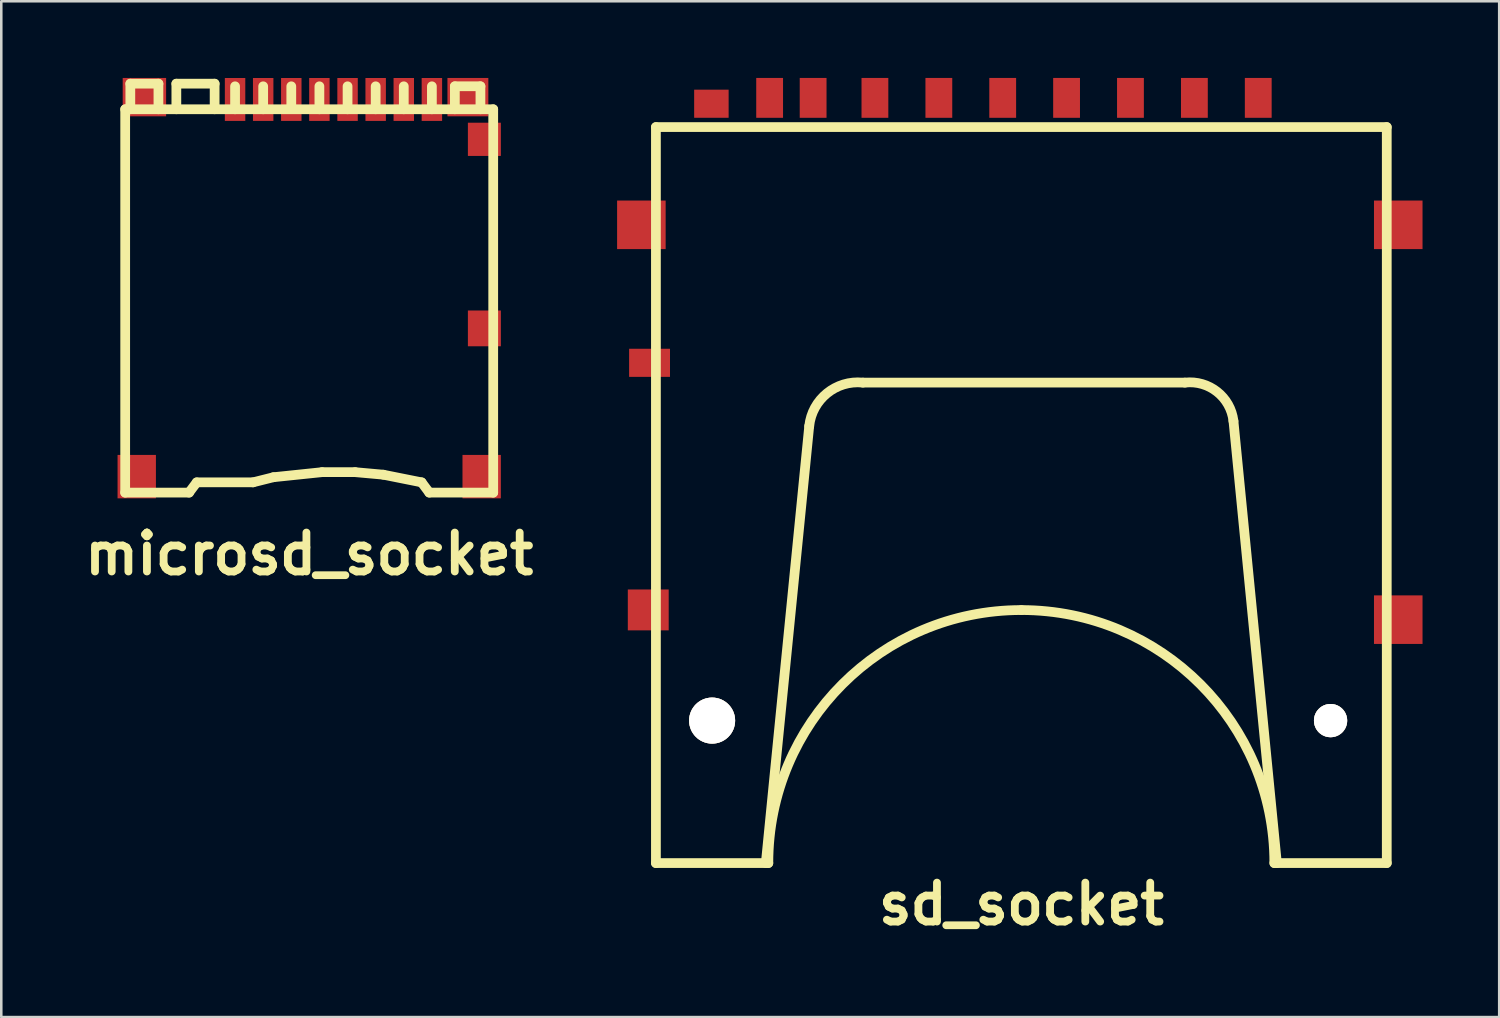
<source format=kicad_pcb>
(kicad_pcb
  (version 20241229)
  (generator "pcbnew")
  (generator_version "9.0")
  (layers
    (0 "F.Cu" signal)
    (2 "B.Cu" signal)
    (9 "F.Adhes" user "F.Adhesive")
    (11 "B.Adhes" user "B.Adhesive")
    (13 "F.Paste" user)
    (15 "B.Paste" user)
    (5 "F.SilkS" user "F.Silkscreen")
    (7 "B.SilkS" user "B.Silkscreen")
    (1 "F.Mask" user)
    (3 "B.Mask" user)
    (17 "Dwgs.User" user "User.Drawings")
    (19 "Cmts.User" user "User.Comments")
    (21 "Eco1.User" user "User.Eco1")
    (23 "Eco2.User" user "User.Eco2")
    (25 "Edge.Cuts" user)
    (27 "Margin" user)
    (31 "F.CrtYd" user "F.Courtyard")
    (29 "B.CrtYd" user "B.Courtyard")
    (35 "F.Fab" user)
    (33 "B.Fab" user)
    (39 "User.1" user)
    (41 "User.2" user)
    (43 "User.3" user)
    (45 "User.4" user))
  (footprint "sd_socket"
    (layer "F.Cu")
    (at 36.918 15.324)
    (property "Reference" "sd_socket" (at 0 17 0) (layer "F.SilkS") (effects (font (size 1.524 1.524) (thickness 0.305))))
    (attr smd)
    (fp_line (start -14.3 -13.401) (end 14.3 -13.401) (stroke (width 0.381) (type solid)) (layer "F.SilkS"))
    (fp_line (start -14.3 15.4) (end -14.3 -13.401) (stroke (width 0.381) (type solid)) (layer "F.SilkS"))
    (fp_line (start -9.901 15.4) (end -14.3 15.4) (stroke (width 0.381) (type solid)) (layer "F.SilkS"))
    (fp_line (start -8.301 -1.699) (end -10 15.4) (stroke (width 0.381) (type solid)) (layer "F.SilkS"))
    (fp_line (start 6.401 -3.401) (end -6.2 -3.401) (stroke (width 0.381) (type solid)) (layer "F.SilkS"))
    (fp_line (start 8.301 -1.9) (end 10 15.4) (stroke (width 0.381) (type solid)) (layer "F.SilkS"))
    (fp_line (start 14.3 -13.401) (end 14.3 15.4) (stroke (width 0.381) (type solid)) (layer "F.SilkS"))
    (fp_line (start 14.3 15.4) (end 9.901 15.4) (stroke (width 0.381) (type solid)) (layer "F.SilkS"))
    (fp_arc (start -9.90092 15.40002) (mid -7.001008 8.399012) (end 0 5.4991) (stroke (width 0.381) (type solid)) (layer "F.SilkS"))
    (fp_arc (start -8.30072 -1.69926) (mid -7.604154 -2.984678) (end -6.20268 -3.40106) (stroke (width 0.381) (type solid)) (layer "F.SilkS"))
    (fp_arc (start 0 5.4991) (mid 7.001008 8.399012) (end 9.90092 15.40002) (stroke (width 0.381) (type solid)) (layer "F.SilkS"))
    (fp_arc (start 6.4008 -3.40106) (mid 7.662182 -3.042706) (end 8.30072 -1.89738) (stroke (width 0.381) (type solid)) (layer "F.SilkS"))
    (pad "" smd rect (at -14.869 -9.576) (size 1.9 1.9) (layers "F.Cu" "F.Mask" "F.Paste"))
    (pad "" thru_hole circle (at -12.101 9.825) (size 1.801 1.801) (drill 1.801) (layers "*.Cu" "*.Mask" "F.SilkS"))
    (pad "" thru_hole circle (at 12.101 9.825) (size 1.3 1.3) (drill 1.3) (layers "*.Cu" "*.Mask" "F.SilkS"))
    (pad "" smd rect (at 14.75 -9.576) (size 1.9 1.9) (layers "F.Cu" "F.Mask" "F.Paste"))
    (pad "" smd rect (at 14.75 5.875) (size 1.9 1.9) (layers "F.Cu" "F.Mask" "F.Paste"))
    (pad "1" smd rect (at 6.772 -14.544) (size 1.049 1.56) (layers "F.Cu" "F.Mask" "F.Paste"))
    (pad "2" smd rect (at 4.27 -14.544) (size 1.049 1.56) (layers "F.Cu" "F.Mask" "F.Paste"))
    (pad "3" smd rect (at 1.77 -14.544) (size 1.049 1.56) (layers "F.Cu" "F.Mask" "F.Paste"))
    (pad "4" smd rect (at -0.729 -14.544) (size 1.049 1.56) (layers "F.Cu" "F.Mask" "F.Paste"))
    (pad "5" smd rect (at -3.228 -14.544) (size 1.049 1.56) (layers "F.Cu" "F.Mask" "F.Paste"))
    (pad "6" smd rect (at -5.73 -14.544) (size 1.049 1.56) (layers "F.Cu" "F.Mask" "F.Paste"))
    (pad "7" smd rect (at -8.148 -14.544) (size 1.049 1.56) (layers "F.Cu" "F.Mask" "F.Paste"))
    (pad "8" smd rect (at -9.85 -14.544) (size 1.049 1.56) (layers "F.Cu" "F.Mask" "F.Paste"))
    (pad "9" smd rect (at 9.271 -14.544) (size 1.049 1.56) (layers "F.Cu" "F.Mask" "F.Paste"))
    (pad "CD" smd rect (at -12.129 -14.315) (size 1.349 1.1) (layers "F.Cu" "F.Mask" "F.Paste"))
    (pad "COM" smd rect (at -14.549 -4.176) (size 1.6 1.1) (layers "F.Cu" "F.Mask" "F.Paste"))
    (pad "WP" smd rect (at -14.6 5.494) (size 1.6 1.6) (layers "F.Cu" "F.Mask" "F.Paste")))
  (footprint "microsd_socket"
    (layer "F.Cu")
    (at 9.05 8.226)
    (property "Reference" "microsd_socket" (at 0 10.399 0) (layer "F.SilkS") (effects (font (size 1.524 1.524) (thickness 0.305))))
    (attr smd)
    (fp_line (start -7.201 -7) (end -7.201 8.001) (stroke (width 0.381) (type solid)) (layer "F.SilkS"))
    (fp_line (start -7 -7) (end -7 -8.001) (stroke (width 0.381) (type solid)) (layer "F.SilkS"))
    (fp_line (start -5.9 -8.001) (end -7 -8.001) (stroke (width 0.381) (type solid)) (layer "F.SilkS"))
    (fp_line (start -5.9 -8.001) (end -5.9 -7) (stroke (width 0.381) (type solid)) (layer "F.SilkS"))
    (fp_line (start -5.199 -8.001) (end -5.199 -7) (stroke (width 0.381) (type solid)) (layer "F.SilkS"))
    (fp_line (start -4.699 8.001) (end -7.201 8.001) (stroke (width 0.381) (type solid)) (layer "F.SilkS"))
    (fp_line (start -4.402 7.6) (end -4.702 8.001) (stroke (width 0.381) (type solid)) (layer "F.SilkS"))
    (fp_line (start -3.701 -8.001) (end -5.199 -8.001) (stroke (width 0.381) (type solid)) (layer "F.SilkS"))
    (fp_line (start -3.701 -7) (end -3.701 -8.001) (stroke (width 0.381) (type solid)) (layer "F.SilkS"))
    (fp_line (start -2.901 -7) (end -2.901 -7.899) (stroke (width 0.381) (type solid)) (layer "F.SilkS"))
    (fp_line (start -2.2 7.6) (end -4.399 7.6) (stroke (width 0.381) (type solid)) (layer "F.SilkS"))
    (fp_line (start -2.2 7.6) (end -1.4 7.399) (stroke (width 0.381) (type solid)) (layer "F.SilkS"))
    (fp_line (start -1.801 -7.899) (end -1.801 -7) (stroke (width 0.381) (type solid)) (layer "F.SilkS"))
    (fp_line (start -1.4 7.399) (end 0.5 7.201) (stroke (width 0.381) (type solid)) (layer "F.SilkS"))
    (fp_line (start -0.701 -7.899) (end -0.701 -7.099) (stroke (width 0.381) (type solid)) (layer "F.SilkS"))
    (fp_line (start 0.399 -7.899) (end 0.399 -7) (stroke (width 0.381) (type solid)) (layer "F.SilkS"))
    (fp_line (start 0.5 7.201) (end 1.801 7.201) (stroke (width 0.381) (type solid)) (layer "F.SilkS"))
    (fp_line (start 1.501 -7.899) (end 1.501 -7) (stroke (width 0.381) (type solid)) (layer "F.SilkS"))
    (fp_line (start 1.801 7.201) (end 2.901 7.3) (stroke (width 0.381) (type solid)) (layer "F.SilkS"))
    (fp_line (start 2.601 -7.899) (end 2.601 -7) (stroke (width 0.381) (type solid)) (layer "F.SilkS"))
    (fp_line (start 2.901 7.3) (end 4.399 7.6) (stroke (width 0.381) (type solid)) (layer "F.SilkS"))
    (fp_line (start 3.701 -7.899) (end 3.701 -7) (stroke (width 0.381) (type solid)) (layer "F.SilkS"))
    (fp_line (start 4.699 8.001) (end 4.399 7.6) (stroke (width 0.381) (type solid)) (layer "F.SilkS"))
    (fp_line (start 4.699 8.001) (end 7.201 8.001) (stroke (width 0.381) (type solid)) (layer "F.SilkS"))
    (fp_line (start 4.801 -7.899) (end 4.801 -7) (stroke (width 0.381) (type solid)) (layer "F.SilkS"))
    (fp_line (start 5.7 -7.899) (end 6.701 -7.899) (stroke (width 0.381) (type solid)) (layer "F.SilkS"))
    (fp_line (start 5.7 -7) (end 5.7 -7.899) (stroke (width 0.381) (type solid)) (layer "F.SilkS"))
    (fp_line (start 6.701 -7.899) (end 6.701 -7) (stroke (width 0.381) (type solid)) (layer "F.SilkS"))
    (fp_line (start 7.201 -7) (end -7.201 -7) (stroke (width 0.381) (type solid)) (layer "F.SilkS"))
    (fp_line (start 7.201 8.001) (end 7.201 -7) (stroke (width 0.381) (type solid)) (layer "F.SilkS"))
    (pad "" smd rect (at -6.749 7.376) (size 1.501 1.699) (layers "F.Cu" "F.Mask" "F.Paste"))
    (pad "" smd rect (at -6.449 -7.475) (size 1.699 1.501) (layers "F.Cu" "F.Mask" "F.Paste"))
    (pad "" smd rect (at 6.21 -7.475) (size 1.6 1.501) (layers "F.Cu" "F.Mask" "F.Paste"))
    (pad "" smd rect (at 6.749 7.376) (size 1.501 1.699) (layers "F.Cu" "F.Mask" "F.Paste"))
    (pad "1" smd rect (at -2.901 -7.384) (size 0.8 1.679) (layers "F.Cu" "F.Mask" "F.Paste"))
    (pad "2" smd rect (at -1.801 -7.384) (size 0.8 1.679) (layers "F.Cu" "F.Mask" "F.Paste"))
    (pad "3" smd rect (at -0.701 -7.384) (size 0.8 1.679) (layers "F.Cu" "F.Mask" "F.Paste"))
    (pad "4" smd rect (at 0.399 -7.384) (size 0.8 1.679) (layers "F.Cu" "F.Mask" "F.Paste"))
    (pad "5" smd rect (at 1.501 -7.384) (size 0.8 1.679) (layers "F.Cu" "F.Mask" "F.Paste"))
    (pad "6" smd rect (at 2.601 -7.384) (size 0.8 1.679) (layers "F.Cu" "F.Mask" "F.Paste"))
    (pad "7" smd rect (at 3.701 -7.384) (size 0.8 1.679) (layers "F.Cu" "F.Mask" "F.Paste"))
    (pad "8" smd rect (at 4.801 -7.384) (size 0.8 1.679) (layers "F.Cu" "F.Mask" "F.Paste"))
    (pad "CD1" smd rect (at 6.855 1.575) (size 1.29 1.4) (layers "F.Cu" "F.Mask" "F.Paste"))
    (pad "CD2" smd rect (at 6.855 -5.824) (size 1.29 1.3) (layers "F.Cu" "F.Mask" "F.Paste")))
  (gr_rect
    (start -3 -3)
    (end 55.618 36.751)
    (stroke (width 0.1) (type default))
    (fill no)
    (layer "Edge.Cuts")))
</source>
